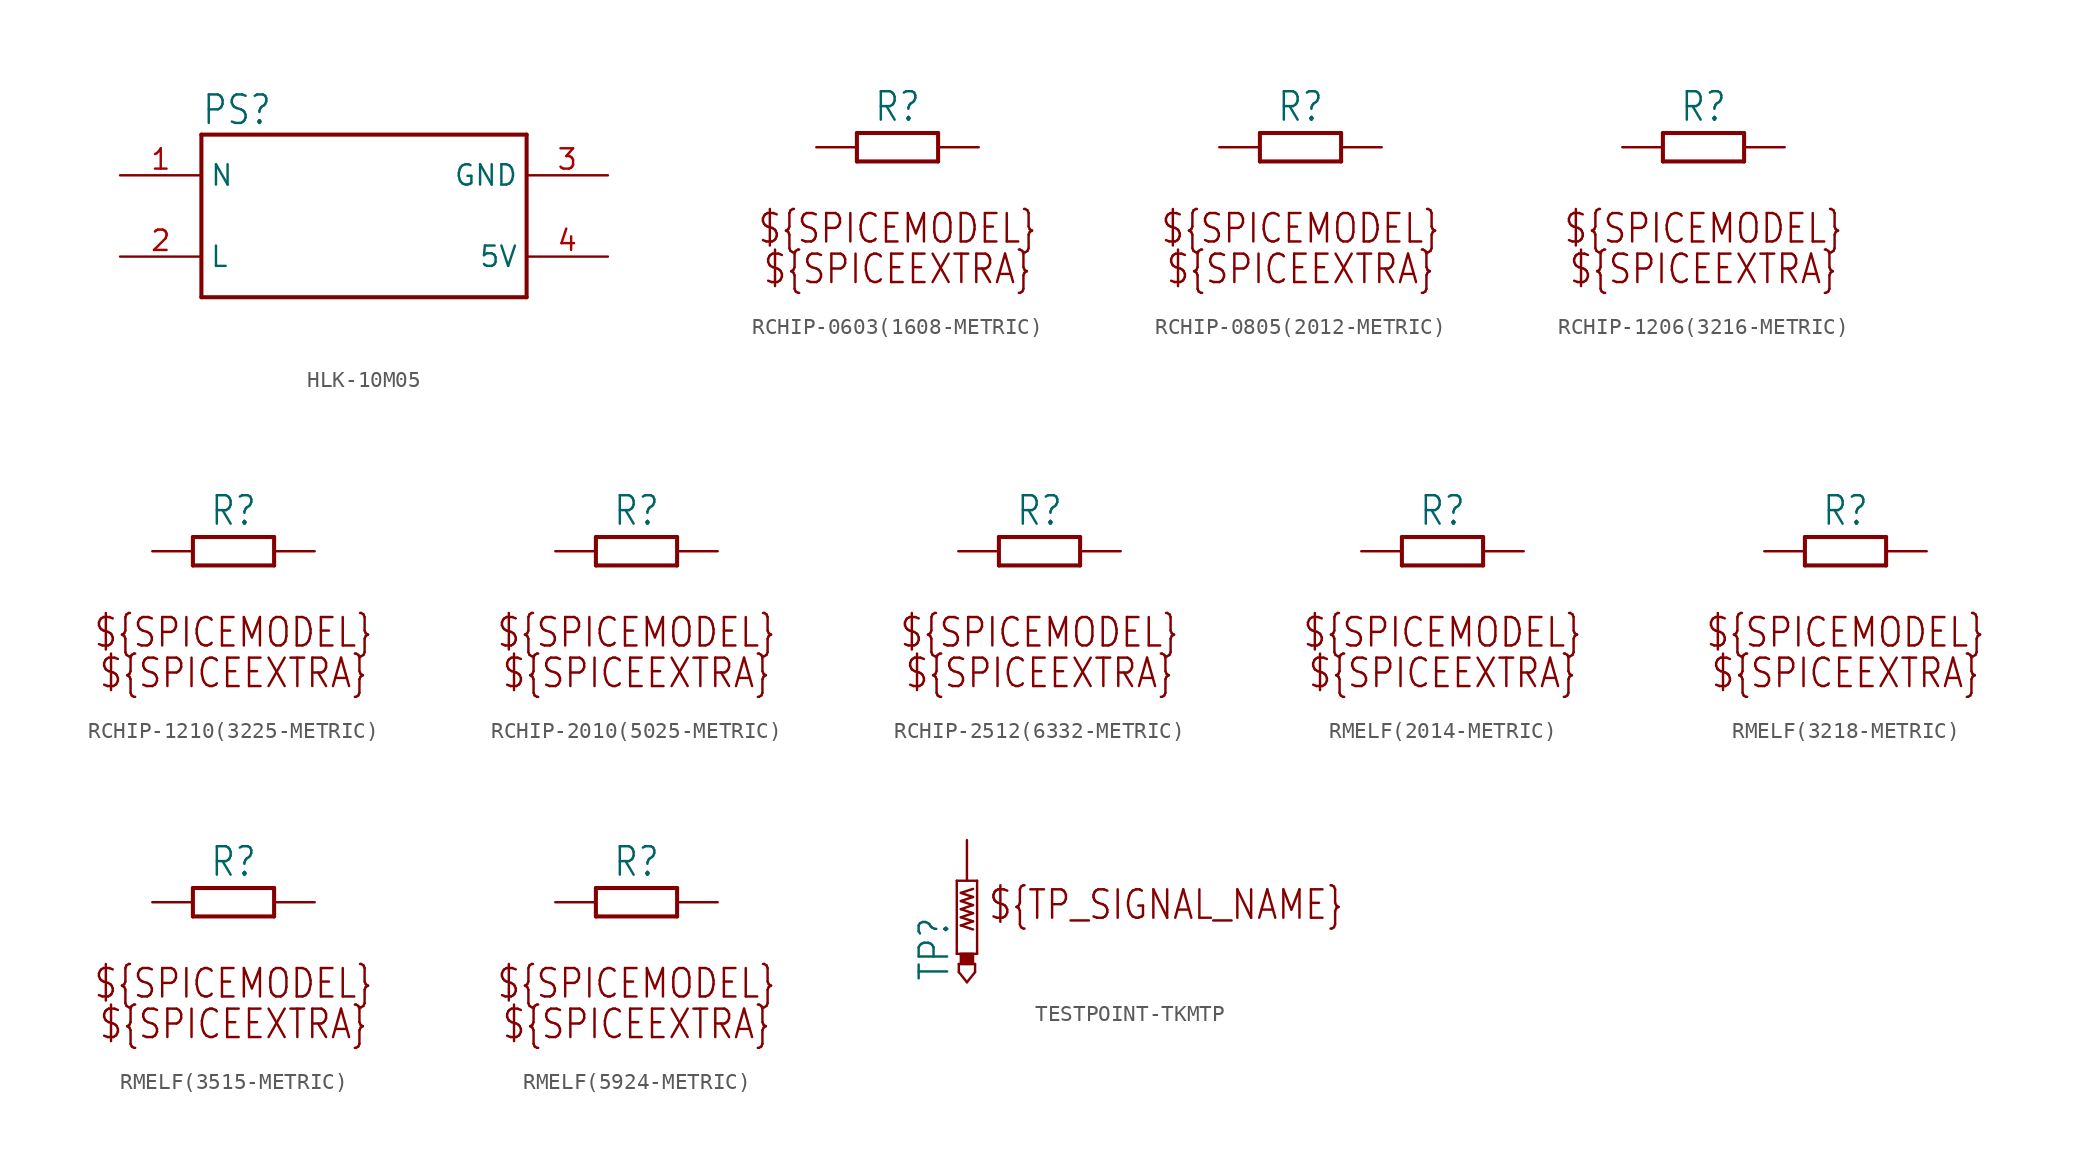
<source format=kicad_sym>
(kicad_symbol_lib
  (version 20231120)
  (generator "kicad_symbol_editor")
  (generator_version "8.0")
  (symbol "HLK-10M05"
    (property "Reference" "PS"
      (at -10.16 5.588 0)
      (effects (font (size 1.778 1.511)) (justify left bottom)))
    (property "Value" ""
      (at -10.16 -7.62 0)
      (effects (font (size 1.778 1.511)) (justify left bottom)))
    (property "ki_locked" ""
      (at 0 0 0)
      (effects (font (size 1.27 1.27))))
    (symbol "HLK-10M05_1_0"
      (polyline (pts (xy -10.16 5.08) (xy -10.16 -5.08)) (stroke (width 0.254) (type solid)) (fill (type none)))
      (polyline (pts (xy -10.16 5.08) (xy 10.16 5.08)) (stroke (width 0.254) (type solid)) (fill (type none)))
      (polyline (pts (xy 10.16 -5.08) (xy -10.16 -5.08)) (stroke (width 0.254) (type solid)) (fill (type none)))
      (polyline (pts (xy 10.16 -5.08) (xy 10.16 5.08)) (stroke (width 0.254) (type solid)) (fill (type none)))
      (pin input line (at -15.24 2.54 0) (length 5.08) (name "N" (effects (font (size 1.27 1.27)))) (number "1" (effects (font (size 1.27 1.27)))))
      (pin input line (at -15.24 -2.54 0) (length 5.08) (name "L" (effects (font (size 1.27 1.27)))) (number "2" (effects (font (size 1.27 1.27)))))
      (pin output line (at 15.24 2.54 180) (length 5.08) (name "GND" (effects (font (size 1.27 1.27)))) (number "3" (effects (font (size 1.27 1.27)))))
      (pin output line (at 15.24 -2.54 180) (length 5.08) (name "5V" (effects (font (size 1.27 1.27)))) (number "4" (effects (font (size 1.27 1.27)))))))
  (symbol "RCHIP-0603(1608-METRIC)"
    (property "Reference" "R"
      (at 0 2.54 0)
      (effects (font (size 1.778 1.511))))
    (property "Value" ""
      (at 0 -2.54 0)
      (effects (font (size 1.778 1.511))))
    (property "ki_locked" ""
      (at 0 0 0)
      (effects (font (size 1.27 1.27))))
    (symbol "RCHIP-0603(1608-METRIC)_1_0"
      (polyline (pts (xy -2.54 -0.889) (xy -2.54 0.889)) (stroke (width 0.254) (type solid)) (fill (type none)))
      (polyline (pts (xy -2.54 -0.889) (xy 2.54 -0.889)) (stroke (width 0.254) (type solid)) (fill (type none)))
      (polyline (pts (xy 2.54 -0.889) (xy 2.54 0.889)) (stroke (width 0.254) (type solid)) (fill (type none)))
      (polyline (pts (xy 2.54 0.889) (xy -2.54 0.889)) (stroke (width 0.254) (type solid)) (fill (type none)))
      (text "${SPICEEXTRA}" (at 0 -7.62 0) (effects (font (size 1.778 1.511))))
      (text "${SPICEMODEL}" (at 0 -5.08 0) (effects (font (size 1.778 1.511))))
      (pin passive line (at -5.08 0 0) (length 2.54) (name "1" (effects (font (size 0 0)))) (number "1" (effects (font (size 0 0)))))
      (pin passive line (at 5.08 0 180) (length 2.54) (name "2" (effects (font (size 0 0)))) (number "2" (effects (font (size 0 0)))))))
  (symbol "RCHIP-0805(2012-METRIC)"
    (property "Reference" "R"
      (at 0 2.54 0)
      (effects (font (size 1.778 1.511))))
    (property "Value" ""
      (at 0 -2.54 0)
      (effects (font (size 1.778 1.511))))
    (property "ki_locked" ""
      (at 0 0 0)
      (effects (font (size 1.27 1.27))))
    (symbol "RCHIP-0805(2012-METRIC)_1_0"
      (polyline (pts (xy -2.54 -0.889) (xy -2.54 0.889)) (stroke (width 0.254) (type solid)) (fill (type none)))
      (polyline (pts (xy -2.54 -0.889) (xy 2.54 -0.889)) (stroke (width 0.254) (type solid)) (fill (type none)))
      (polyline (pts (xy 2.54 -0.889) (xy 2.54 0.889)) (stroke (width 0.254) (type solid)) (fill (type none)))
      (polyline (pts (xy 2.54 0.889) (xy -2.54 0.889)) (stroke (width 0.254) (type solid)) (fill (type none)))
      (text "${SPICEEXTRA}" (at 0 -7.62 0) (effects (font (size 1.778 1.511))))
      (text "${SPICEMODEL}" (at 0 -5.08 0) (effects (font (size 1.778 1.511))))
      (pin passive line (at -5.08 0 0) (length 2.54) (name "1" (effects (font (size 0 0)))) (number "1" (effects (font (size 0 0)))))
      (pin passive line (at 5.08 0 180) (length 2.54) (name "2" (effects (font (size 0 0)))) (number "2" (effects (font (size 0 0)))))))
  (symbol "RCHIP-1206(3216-METRIC)"
    (property "Reference" "R"
      (at 0 2.54 0)
      (effects (font (size 1.778 1.511))))
    (property "Value" ""
      (at 0 -2.54 0)
      (effects (font (size 1.778 1.511))))
    (property "ki_locked" ""
      (at 0 0 0)
      (effects (font (size 1.27 1.27))))
    (symbol "RCHIP-1206(3216-METRIC)_1_0"
      (polyline (pts (xy -2.54 -0.889) (xy -2.54 0.889)) (stroke (width 0.254) (type solid)) (fill (type none)))
      (polyline (pts (xy -2.54 -0.889) (xy 2.54 -0.889)) (stroke (width 0.254) (type solid)) (fill (type none)))
      (polyline (pts (xy 2.54 -0.889) (xy 2.54 0.889)) (stroke (width 0.254) (type solid)) (fill (type none)))
      (polyline (pts (xy 2.54 0.889) (xy -2.54 0.889)) (stroke (width 0.254) (type solid)) (fill (type none)))
      (text "${SPICEEXTRA}" (at 0 -7.62 0) (effects (font (size 1.778 1.511))))
      (text "${SPICEMODEL}" (at 0 -5.08 0) (effects (font (size 1.778 1.511))))
      (pin passive line (at -5.08 0 0) (length 2.54) (name "1" (effects (font (size 0 0)))) (number "1" (effects (font (size 0 0)))))
      (pin passive line (at 5.08 0 180) (length 2.54) (name "2" (effects (font (size 0 0)))) (number "2" (effects (font (size 0 0)))))))
  (symbol "RCHIP-1210(3225-METRIC)"
    (property "Reference" "R"
      (at 0 2.54 0)
      (effects (font (size 1.778 1.511))))
    (property "Value" ""
      (at 0 -2.54 0)
      (effects (font (size 1.778 1.511))))
    (property "ki_locked" ""
      (at 0 0 0)
      (effects (font (size 1.27 1.27))))
    (symbol "RCHIP-1210(3225-METRIC)_1_0"
      (polyline (pts (xy -2.54 -0.889) (xy -2.54 0.889)) (stroke (width 0.254) (type solid)) (fill (type none)))
      (polyline (pts (xy -2.54 -0.889) (xy 2.54 -0.889)) (stroke (width 0.254) (type solid)) (fill (type none)))
      (polyline (pts (xy 2.54 -0.889) (xy 2.54 0.889)) (stroke (width 0.254) (type solid)) (fill (type none)))
      (polyline (pts (xy 2.54 0.889) (xy -2.54 0.889)) (stroke (width 0.254) (type solid)) (fill (type none)))
      (text "${SPICEEXTRA}" (at 0 -7.62 0) (effects (font (size 1.778 1.511))))
      (text "${SPICEMODEL}" (at 0 -5.08 0) (effects (font (size 1.778 1.511))))
      (pin passive line (at -5.08 0 0) (length 2.54) (name "1" (effects (font (size 0 0)))) (number "1" (effects (font (size 0 0)))))
      (pin passive line (at 5.08 0 180) (length 2.54) (name "2" (effects (font (size 0 0)))) (number "2" (effects (font (size 0 0)))))))
  (symbol "RCHIP-2010(5025-METRIC)"
    (property "Reference" "R"
      (at 0 2.54 0)
      (effects (font (size 1.778 1.511))))
    (property "Value" ""
      (at 0 -2.54 0)
      (effects (font (size 1.778 1.511))))
    (property "ki_locked" ""
      (at 0 0 0)
      (effects (font (size 1.27 1.27))))
    (symbol "RCHIP-2010(5025-METRIC)_1_0"
      (polyline (pts (xy -2.54 -0.889) (xy -2.54 0.889)) (stroke (width 0.254) (type solid)) (fill (type none)))
      (polyline (pts (xy -2.54 -0.889) (xy 2.54 -0.889)) (stroke (width 0.254) (type solid)) (fill (type none)))
      (polyline (pts (xy 2.54 -0.889) (xy 2.54 0.889)) (stroke (width 0.254) (type solid)) (fill (type none)))
      (polyline (pts (xy 2.54 0.889) (xy -2.54 0.889)) (stroke (width 0.254) (type solid)) (fill (type none)))
      (text "${SPICEEXTRA}" (at 0 -7.62 0) (effects (font (size 1.778 1.511))))
      (text "${SPICEMODEL}" (at 0 -5.08 0) (effects (font (size 1.778 1.511))))
      (pin passive line (at -5.08 0 0) (length 2.54) (name "1" (effects (font (size 0 0)))) (number "1" (effects (font (size 0 0)))))
      (pin passive line (at 5.08 0 180) (length 2.54) (name "2" (effects (font (size 0 0)))) (number "2" (effects (font (size 0 0)))))))
  (symbol "RCHIP-2512(6332-METRIC)"
    (property "Reference" "R"
      (at 0 2.54 0)
      (effects (font (size 1.778 1.511))))
    (property "Value" ""
      (at 0 -2.54 0)
      (effects (font (size 1.778 1.511))))
    (property "ki_locked" ""
      (at 0 0 0)
      (effects (font (size 1.27 1.27))))
    (symbol "RCHIP-2512(6332-METRIC)_1_0"
      (polyline (pts (xy -2.54 -0.889) (xy -2.54 0.889)) (stroke (width 0.254) (type solid)) (fill (type none)))
      (polyline (pts (xy -2.54 -0.889) (xy 2.54 -0.889)) (stroke (width 0.254) (type solid)) (fill (type none)))
      (polyline (pts (xy 2.54 -0.889) (xy 2.54 0.889)) (stroke (width 0.254) (type solid)) (fill (type none)))
      (polyline (pts (xy 2.54 0.889) (xy -2.54 0.889)) (stroke (width 0.254) (type solid)) (fill (type none)))
      (text "${SPICEEXTRA}" (at 0 -7.62 0) (effects (font (size 1.778 1.511))))
      (text "${SPICEMODEL}" (at 0 -5.08 0) (effects (font (size 1.778 1.511))))
      (pin passive line (at -5.08 0 0) (length 2.54) (name "1" (effects (font (size 0 0)))) (number "1" (effects (font (size 0 0)))))
      (pin passive line (at 5.08 0 180) (length 2.54) (name "2" (effects (font (size 0 0)))) (number "2" (effects (font (size 0 0)))))))
  (symbol "RMELF(2014-METRIC)"
    (property "Reference" "R"
      (at 0 2.54 0)
      (effects (font (size 1.778 1.511))))
    (property "Value" ""
      (at 0 -2.54 0)
      (effects (font (size 1.778 1.511))))
    (property "ki_locked" ""
      (at 0 0 0)
      (effects (font (size 1.27 1.27))))
    (symbol "RMELF(2014-METRIC)_1_0"
      (polyline (pts (xy -2.54 -0.889) (xy -2.54 0.889)) (stroke (width 0.254) (type solid)) (fill (type none)))
      (polyline (pts (xy -2.54 -0.889) (xy 2.54 -0.889)) (stroke (width 0.254) (type solid)) (fill (type none)))
      (polyline (pts (xy 2.54 -0.889) (xy 2.54 0.889)) (stroke (width 0.254) (type solid)) (fill (type none)))
      (polyline (pts (xy 2.54 0.889) (xy -2.54 0.889)) (stroke (width 0.254) (type solid)) (fill (type none)))
      (text "${SPICEEXTRA}" (at 0 -7.62 0) (effects (font (size 1.778 1.511))))
      (text "${SPICEMODEL}" (at 0 -5.08 0) (effects (font (size 1.778 1.511))))
      (pin passive line (at -5.08 0 0) (length 2.54) (name "1" (effects (font (size 0 0)))) (number "1" (effects (font (size 0 0)))))
      (pin passive line (at 5.08 0 180) (length 2.54) (name "2" (effects (font (size 0 0)))) (number "2" (effects (font (size 0 0)))))))
  (symbol "RMELF(3218-METRIC)"
    (property "Reference" "R"
      (at 0 2.54 0)
      (effects (font (size 1.778 1.511))))
    (property "Value" ""
      (at 0 -2.54 0)
      (effects (font (size 1.778 1.511))))
    (property "ki_locked" ""
      (at 0 0 0)
      (effects (font (size 1.27 1.27))))
    (symbol "RMELF(3218-METRIC)_1_0"
      (polyline (pts (xy -2.54 -0.889) (xy -2.54 0.889)) (stroke (width 0.254) (type solid)) (fill (type none)))
      (polyline (pts (xy -2.54 -0.889) (xy 2.54 -0.889)) (stroke (width 0.254) (type solid)) (fill (type none)))
      (polyline (pts (xy 2.54 -0.889) (xy 2.54 0.889)) (stroke (width 0.254) (type solid)) (fill (type none)))
      (polyline (pts (xy 2.54 0.889) (xy -2.54 0.889)) (stroke (width 0.254) (type solid)) (fill (type none)))
      (text "${SPICEEXTRA}" (at 0 -7.62 0) (effects (font (size 1.778 1.511))))
      (text "${SPICEMODEL}" (at 0 -5.08 0) (effects (font (size 1.778 1.511))))
      (pin passive line (at -5.08 0 0) (length 2.54) (name "1" (effects (font (size 0 0)))) (number "1" (effects (font (size 0 0)))))
      (pin passive line (at 5.08 0 180) (length 2.54) (name "2" (effects (font (size 0 0)))) (number "2" (effects (font (size 0 0)))))))
  (symbol "RMELF(3515-METRIC)"
    (property "Reference" "R"
      (at 0 2.54 0)
      (effects (font (size 1.778 1.511))))
    (property "Value" ""
      (at 0 -2.54 0)
      (effects (font (size 1.778 1.511))))
    (property "ki_locked" ""
      (at 0 0 0)
      (effects (font (size 1.27 1.27))))
    (symbol "RMELF(3515-METRIC)_1_0"
      (polyline (pts (xy -2.54 -0.889) (xy -2.54 0.889)) (stroke (width 0.254) (type solid)) (fill (type none)))
      (polyline (pts (xy -2.54 -0.889) (xy 2.54 -0.889)) (stroke (width 0.254) (type solid)) (fill (type none)))
      (polyline (pts (xy 2.54 -0.889) (xy 2.54 0.889)) (stroke (width 0.254) (type solid)) (fill (type none)))
      (polyline (pts (xy 2.54 0.889) (xy -2.54 0.889)) (stroke (width 0.254) (type solid)) (fill (type none)))
      (text "${SPICEEXTRA}" (at 0 -7.62 0) (effects (font (size 1.778 1.511))))
      (text "${SPICEMODEL}" (at 0 -5.08 0) (effects (font (size 1.778 1.511))))
      (pin passive line (at -5.08 0 0) (length 2.54) (name "1" (effects (font (size 0 0)))) (number "1" (effects (font (size 0 0)))))
      (pin passive line (at 5.08 0 180) (length 2.54) (name "2" (effects (font (size 0 0)))) (number "2" (effects (font (size 0 0)))))))
  (symbol "RMELF(5924-METRIC)"
    (property "Reference" "R"
      (at 0 2.54 0)
      (effects (font (size 1.778 1.511))))
    (property "Value" ""
      (at 0 -2.54 0)
      (effects (font (size 1.778 1.511))))
    (property "ki_locked" ""
      (at 0 0 0)
      (effects (font (size 1.27 1.27))))
    (symbol "RMELF(5924-METRIC)_1_0"
      (polyline (pts (xy -2.54 -0.889) (xy -2.54 0.889)) (stroke (width 0.254) (type solid)) (fill (type none)))
      (polyline (pts (xy -2.54 -0.889) (xy 2.54 -0.889)) (stroke (width 0.254) (type solid)) (fill (type none)))
      (polyline (pts (xy 2.54 -0.889) (xy 2.54 0.889)) (stroke (width 0.254) (type solid)) (fill (type none)))
      (polyline (pts (xy 2.54 0.889) (xy -2.54 0.889)) (stroke (width 0.254) (type solid)) (fill (type none)))
      (text "${SPICEEXTRA}" (at 0 -7.62 0) (effects (font (size 1.778 1.511))))
      (text "${SPICEMODEL}" (at 0 -5.08 0) (effects (font (size 1.778 1.511))))
      (pin passive line (at -5.08 0 0) (length 2.54) (name "1" (effects (font (size 0 0)))) (number "1" (effects (font (size 0 0)))))
      (pin passive line (at 5.08 0 180) (length 2.54) (name "2" (effects (font (size 0 0)))) (number "2" (effects (font (size 0 0)))))))
  (symbol "TESTPOINT-TKMTP"
    (property "Reference" "TP"
      (at -1.016 -6.35 90)
      (effects (font (size 1.778 1.511)) (justify left bottom)))
    (property "ki_locked" ""
      (at 0 0 0)
      (effects (font (size 1.27 1.27))))
    (symbol "TESTPOINT-TKMTP_1_0"
      (rectangle (start -0.381 -5.207) (end 0.381 -4.572) (stroke (width 0) (type default)) (fill (type outline)))
      (polyline (pts (xy -0.635 0) (xy -0.635 -4.572)) (stroke (width 0.152) (type solid)) (fill (type none)))
      (polyline (pts (xy -0.508 -5.715) (xy 0 -6.35)) (stroke (width 0.152) (type solid)) (fill (type none)))
      (polyline (pts (xy -0.508 -5.207) (xy -0.508 -5.715)) (stroke (width 0.152) (type solid)) (fill (type none)))
      (polyline (pts (xy -0.381 -2.794) (xy 0.381 -2.54)) (stroke (width 0.152) (type solid)) (fill (type none)))
      (polyline (pts (xy -0.381 -2.286) (xy 0.381 -2.032)) (stroke (width 0.152) (type solid)) (fill (type none)))
      (polyline (pts (xy -0.381 -1.778) (xy 0.381 -1.524)) (stroke (width 0.152) (type solid)) (fill (type none)))
      (polyline (pts (xy -0.381 -1.27) (xy 0.381 -1.016)) (stroke (width 0.152) (type solid)) (fill (type none)))
      (polyline (pts (xy -0.381 -0.762) (xy 0.381 -0.508)) (stroke (width 0.152) (type solid)) (fill (type none)))
      (polyline (pts (xy 0 -6.35) (xy 0.508 -5.715)) (stroke (width 0.152) (type solid)) (fill (type none)))
      (polyline (pts (xy 0.381 -3.048) (xy -0.381 -2.794)) (stroke (width 0.152) (type solid)) (fill (type none)))
      (polyline (pts (xy 0.381 -2.54) (xy -0.381 -2.286)) (stroke (width 0.152) (type solid)) (fill (type none)))
      (polyline (pts (xy 0.381 -2.032) (xy -0.381 -1.778)) (stroke (width 0.152) (type solid)) (fill (type none)))
      (polyline (pts (xy 0.381 -1.524) (xy -0.381 -1.27)) (stroke (width 0.152) (type solid)) (fill (type none)))
      (polyline (pts (xy 0.381 -1.016) (xy -0.381 -0.762)) (stroke (width 0.152) (type solid)) (fill (type none)))
      (polyline (pts (xy 0.508 -5.715) (xy 0.508 -5.207)) (stroke (width 0.152) (type solid)) (fill (type none)))
      (polyline (pts (xy 0.508 -5.207) (xy -0.508 -5.207)) (stroke (width 0.152) (type solid)) (fill (type none)))
      (polyline (pts (xy 0.635 -4.572) (xy -0.635 -4.572)) (stroke (width 0.152) (type solid)) (fill (type none)))
      (polyline (pts (xy 0.635 -4.572) (xy 0.635 0)) (stroke (width 0.152) (type solid)) (fill (type none)))
      (polyline (pts (xy 0.635 0) (xy -0.635 0)) (stroke (width 0.152) (type solid)) (fill (type none)))
      (text "${TP_SIGNAL_NAME}" (at 1.27 -2.54 0) (effects (font (size 1.778 1.511)) (justify left bottom)))
      (pin input line (at 0 2.54 270) (length 2.54) (name "TP" (effects (font (size 0 0)))) (number "TP" (effects (font (size 0 0))))))))
</source>
